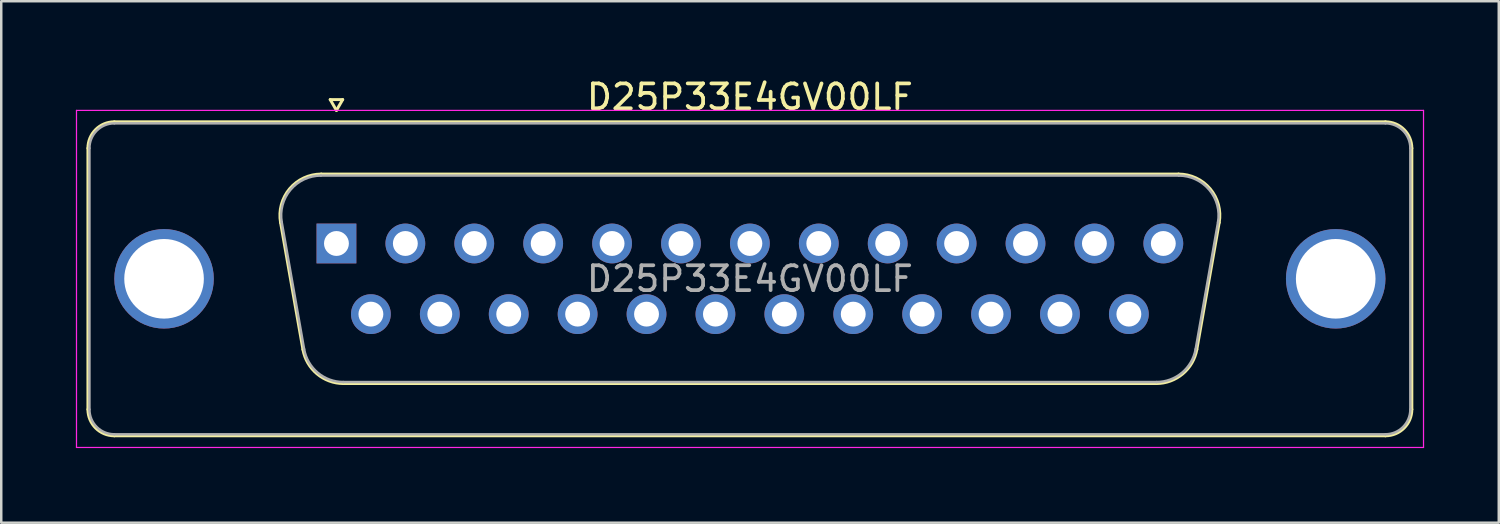
<source format=kicad_pcb>
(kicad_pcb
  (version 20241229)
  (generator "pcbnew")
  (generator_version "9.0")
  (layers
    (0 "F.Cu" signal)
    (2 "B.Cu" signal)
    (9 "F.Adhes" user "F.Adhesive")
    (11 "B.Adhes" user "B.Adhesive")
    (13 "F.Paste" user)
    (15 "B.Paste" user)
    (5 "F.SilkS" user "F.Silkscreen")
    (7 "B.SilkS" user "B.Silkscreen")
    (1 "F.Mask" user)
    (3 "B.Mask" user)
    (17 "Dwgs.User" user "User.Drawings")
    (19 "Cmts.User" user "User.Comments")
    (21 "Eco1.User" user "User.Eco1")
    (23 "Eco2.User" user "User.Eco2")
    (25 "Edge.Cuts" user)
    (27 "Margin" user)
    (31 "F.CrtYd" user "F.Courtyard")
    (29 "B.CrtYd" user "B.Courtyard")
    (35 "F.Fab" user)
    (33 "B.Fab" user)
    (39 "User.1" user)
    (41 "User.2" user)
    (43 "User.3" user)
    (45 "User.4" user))
  (footprint "D25P33E4GV00LF"
    (layer "F.Cu")
    (at 10.475 6.738)
    (property "Reference" "D25P33E4GV00LF" (at 16.62 -5.89 0) (layer "F.SilkS") (effects (font (size 1 1) (thickness 0.15))))
    (attr through_hole)
    (fp_line (start -9.99 6.67) (end -9.99 -3.83) (stroke (width 0.12) (type solid)) (layer "F.SilkS"))
    (fp_line (start -8.93 -4.89) (end 42.17 -4.89) (stroke (width 0.12) (type solid)) (layer "F.SilkS"))
    (fp_line (start -2.246 -0.842) (end -1.347 4.258) (stroke (width 0.12) (type solid)) (layer "F.SilkS"))
    (fp_line (start -0.612 -2.79) (end 33.852 -2.79) (stroke (width 0.12) (type solid)) (layer "F.SilkS"))
    (fp_line (start -0.25 -5.784) (end 0.25 -5.784) (stroke (width 0.12) (type solid)) (layer "F.SilkS"))
    (fp_line (start 0 -5.351) (end -0.25 -5.784) (stroke (width 0.12) (type solid)) (layer "F.SilkS"))
    (fp_line (start 0.25 -5.784) (end 0 -5.351) (stroke (width 0.12) (type solid)) (layer "F.SilkS"))
    (fp_line (start 0.288 5.63) (end 32.952 5.63) (stroke (width 0.12) (type solid)) (layer "F.SilkS"))
    (fp_line (start 35.486 -0.842) (end 34.587 4.258) (stroke (width 0.12) (type solid)) (layer "F.SilkS"))
    (fp_line (start 42.17 7.73) (end -8.93 7.73) (stroke (width 0.12) (type solid)) (layer "F.SilkS"))
    (fp_line (start 43.23 -3.83) (end 43.23 6.67) (stroke (width 0.12) (type solid)) (layer "F.SilkS"))
    (fp_arc (start -9.99 -3.83) (mid -9.679533 -4.579533) (end -8.93 -4.89) (stroke (width 0.12) (type solid)) (layer "F.SilkS"))
    (fp_arc (start -8.93 7.73) (mid -9.679533 7.419533) (end -9.99 6.67) (stroke (width 0.12) (type solid)) (layer "F.SilkS"))
    (fp_arc (start -2.24647 -0.841744) (mid -1.883323 -2.197028) (end -0.611689 -2.79) (stroke (width 0.12) (type solid)) (layer "F.SilkS"))
    (fp_arc (start 0.287579 5.63) (mid -0.779448 5.241634) (end -1.347202 4.258256) (stroke (width 0.12) (type solid)) (layer "F.SilkS"))
    (fp_arc (start 33.851689 -2.79) (mid 35.123323 -2.197027) (end 35.48647 -0.841744) (stroke (width 0.12) (type solid)) (layer "F.SilkS"))
    (fp_arc (start 34.587202 4.258256) (mid 34.019449 5.241634) (end 32.952421 5.63) (stroke (width 0.12) (type solid)) (layer "F.SilkS"))
    (fp_arc (start 42.17 -4.89) (mid 42.919533 -4.579533) (end 43.23 -3.83) (stroke (width 0.12) (type solid)) (layer "F.SilkS"))
    (fp_arc (start 43.23 6.67) (mid 42.919533 7.419533) (end 42.17 7.73) (stroke (width 0.12) (type solid)) (layer "F.SilkS"))
    (fp_line (start -10.45 -5.35) (end -10.45 8.2) (stroke (width 0.05) (type solid)) (layer "F.CrtYd"))
    (fp_line (start -10.45 8.2) (end 43.7 8.2) (stroke (width 0.05) (type solid)) (layer "F.CrtYd"))
    (fp_line (start 43.7 -5.35) (end -10.45 -5.35) (stroke (width 0.05) (type solid)) (layer "F.CrtYd"))
    (fp_line (start 43.7 8.2) (end 43.7 -5.35) (stroke (width 0.05) (type solid)) (layer "F.CrtYd"))
    (fp_line (start -9.93 6.67) (end -9.93 -3.83) (stroke (width 0.1) (type solid)) (layer "F.Fab"))
    (fp_line (start -8.93 -4.83) (end 42.17 -4.83) (stroke (width 0.1) (type solid)) (layer "F.Fab"))
    (fp_line (start -2.199 -0.852) (end -1.3 4.248) (stroke (width 0.1) (type solid)) (layer "F.Fab"))
    (fp_line (start -0.623 -2.73) (end 33.863 -2.73) (stroke (width 0.1) (type solid)) (layer "F.Fab"))
    (fp_line (start 0.276 5.57) (end 32.964 5.57) (stroke (width 0.1) (type solid)) (layer "F.Fab"))
    (fp_line (start 35.439 -0.852) (end 34.54 4.248) (stroke (width 0.1) (type solid)) (layer "F.Fab"))
    (fp_line (start 42.17 7.67) (end -8.93 7.67) (stroke (width 0.1) (type solid)) (layer "F.Fab"))
    (fp_line (start 43.17 -3.83) (end 43.17 6.67) (stroke (width 0.1) (type solid)) (layer "F.Fab"))
    (fp_arc (start -9.93 -3.83) (mid -9.637107 -4.537107) (end -8.93 -4.83) (stroke (width 0.1) (type solid)) (layer "F.Fab"))
    (fp_arc (start -8.93 7.67) (mid -9.637107 7.377107) (end -9.93 6.67) (stroke (width 0.1) (type solid)) (layer "F.Fab"))
    (fp_arc (start -2.198886 -0.852163) (mid -1.848865 -2.15846) (end -0.623194 -2.73) (stroke (width 0.1) (type solid)) (layer "F.Fab"))
    (fp_arc (start 0.276073 5.57) (mid -0.752387 5.195671) (end -1.299619 4.247837) (stroke (width 0.1) (type solid)) (layer "F.Fab"))
    (fp_arc (start 33.863194 -2.73) (mid 35.088865 -2.15846) (end 35.438886 -0.852163) (stroke (width 0.1) (type solid)) (layer "F.Fab"))
    (fp_arc (start 34.539619 4.247837) (mid 33.992387 5.195671) (end 32.963927 5.57) (stroke (width 0.1) (type solid)) (layer "F.Fab"))
    (fp_arc (start 42.17 -4.83) (mid 42.877107 -4.537107) (end 43.17 -3.83) (stroke (width 0.1) (type solid)) (layer "F.Fab"))
    (fp_arc (start 43.17 6.67) (mid 42.877107 7.377107) (end 42.17 7.67) (stroke (width 0.1) (type solid)) (layer "F.Fab"))
    (fp_text user "${REFERENCE}" (at 16.62 1.42 0) (layer "F.Fab") (effects (font (size 1 1) (thickness 0.15))))
    (pad "0" thru_hole circle (at -6.93 1.42) (size 4 4) (drill 3.2) (layers "*.Cu" "*.Mask"))
    (pad "0" thru_hole circle (at 40.17 1.42) (size 4 4) (drill 3.2) (layers "*.Cu" "*.Mask"))
    (pad "1" thru_hole rect (at 0 0) (size 1.6 1.6) (drill 1) (layers "*.Cu" "*.Mask"))
    (pad "2" thru_hole circle (at 2.77 0) (size 1.6 1.6) (drill 1) (layers "*.Cu" "*.Mask"))
    (pad "3" thru_hole circle (at 5.54 0) (size 1.6 1.6) (drill 1) (layers "*.Cu" "*.Mask"))
    (pad "4" thru_hole circle (at 8.31 0) (size 1.6 1.6) (drill 1) (layers "*.Cu" "*.Mask"))
    (pad "5" thru_hole circle (at 11.08 0) (size 1.6 1.6) (drill 1) (layers "*.Cu" "*.Mask"))
    (pad "6" thru_hole circle (at 13.85 0) (size 1.6 1.6) (drill 1) (layers "*.Cu" "*.Mask"))
    (pad "7" thru_hole circle (at 16.62 0) (size 1.6 1.6) (drill 1) (layers "*.Cu" "*.Mask"))
    (pad "8" thru_hole circle (at 19.39 0) (size 1.6 1.6) (drill 1) (layers "*.Cu" "*.Mask"))
    (pad "9" thru_hole circle (at 22.16 0) (size 1.6 1.6) (drill 1) (layers "*.Cu" "*.Mask"))
    (pad "10" thru_hole circle (at 24.93 0) (size 1.6 1.6) (drill 1) (layers "*.Cu" "*.Mask"))
    (pad "11" thru_hole circle (at 27.7 0) (size 1.6 1.6) (drill 1) (layers "*.Cu" "*.Mask"))
    (pad "12" thru_hole circle (at 30.47 0) (size 1.6 1.6) (drill 1) (layers "*.Cu" "*.Mask"))
    (pad "13" thru_hole circle (at 33.24 0) (size 1.6 1.6) (drill 1) (layers "*.Cu" "*.Mask"))
    (pad "14" thru_hole circle (at 1.385 2.84) (size 1.6 1.6) (drill 1) (layers "*.Cu" "*.Mask"))
    (pad "15" thru_hole circle (at 4.155 2.84) (size 1.6 1.6) (drill 1) (layers "*.Cu" "*.Mask"))
    (pad "16" thru_hole circle (at 6.925 2.84) (size 1.6 1.6) (drill 1) (layers "*.Cu" "*.Mask"))
    (pad "17" thru_hole circle (at 9.695 2.84) (size 1.6 1.6) (drill 1) (layers "*.Cu" "*.Mask"))
    (pad "18" thru_hole circle (at 12.465 2.84) (size 1.6 1.6) (drill 1) (layers "*.Cu" "*.Mask"))
    (pad "19" thru_hole circle (at 15.235 2.84) (size 1.6 1.6) (drill 1) (layers "*.Cu" "*.Mask"))
    (pad "20" thru_hole circle (at 18.005 2.84) (size 1.6 1.6) (drill 1) (layers "*.Cu" "*.Mask"))
    (pad "21" thru_hole circle (at 20.775 2.84) (size 1.6 1.6) (drill 1) (layers "*.Cu" "*.Mask"))
    (pad "22" thru_hole circle (at 23.545 2.84) (size 1.6 1.6) (drill 1) (layers "*.Cu" "*.Mask"))
    (pad "23" thru_hole circle (at 26.315 2.84) (size 1.6 1.6) (drill 1) (layers "*.Cu" "*.Mask"))
    (pad "24" thru_hole circle (at 29.085 2.84) (size 1.6 1.6) (drill 1) (layers "*.Cu" "*.Mask"))
    (pad "25" thru_hole circle (at 31.855 2.84) (size 1.6 1.6) (drill 1) (layers "*.Cu" "*.Mask")))
  (gr_rect
    (start -3 -3)
    (end 57.2 17.963)
    (stroke (width 0.1) (type default))
    (fill no)
    (layer "Edge.Cuts")))
</source>
